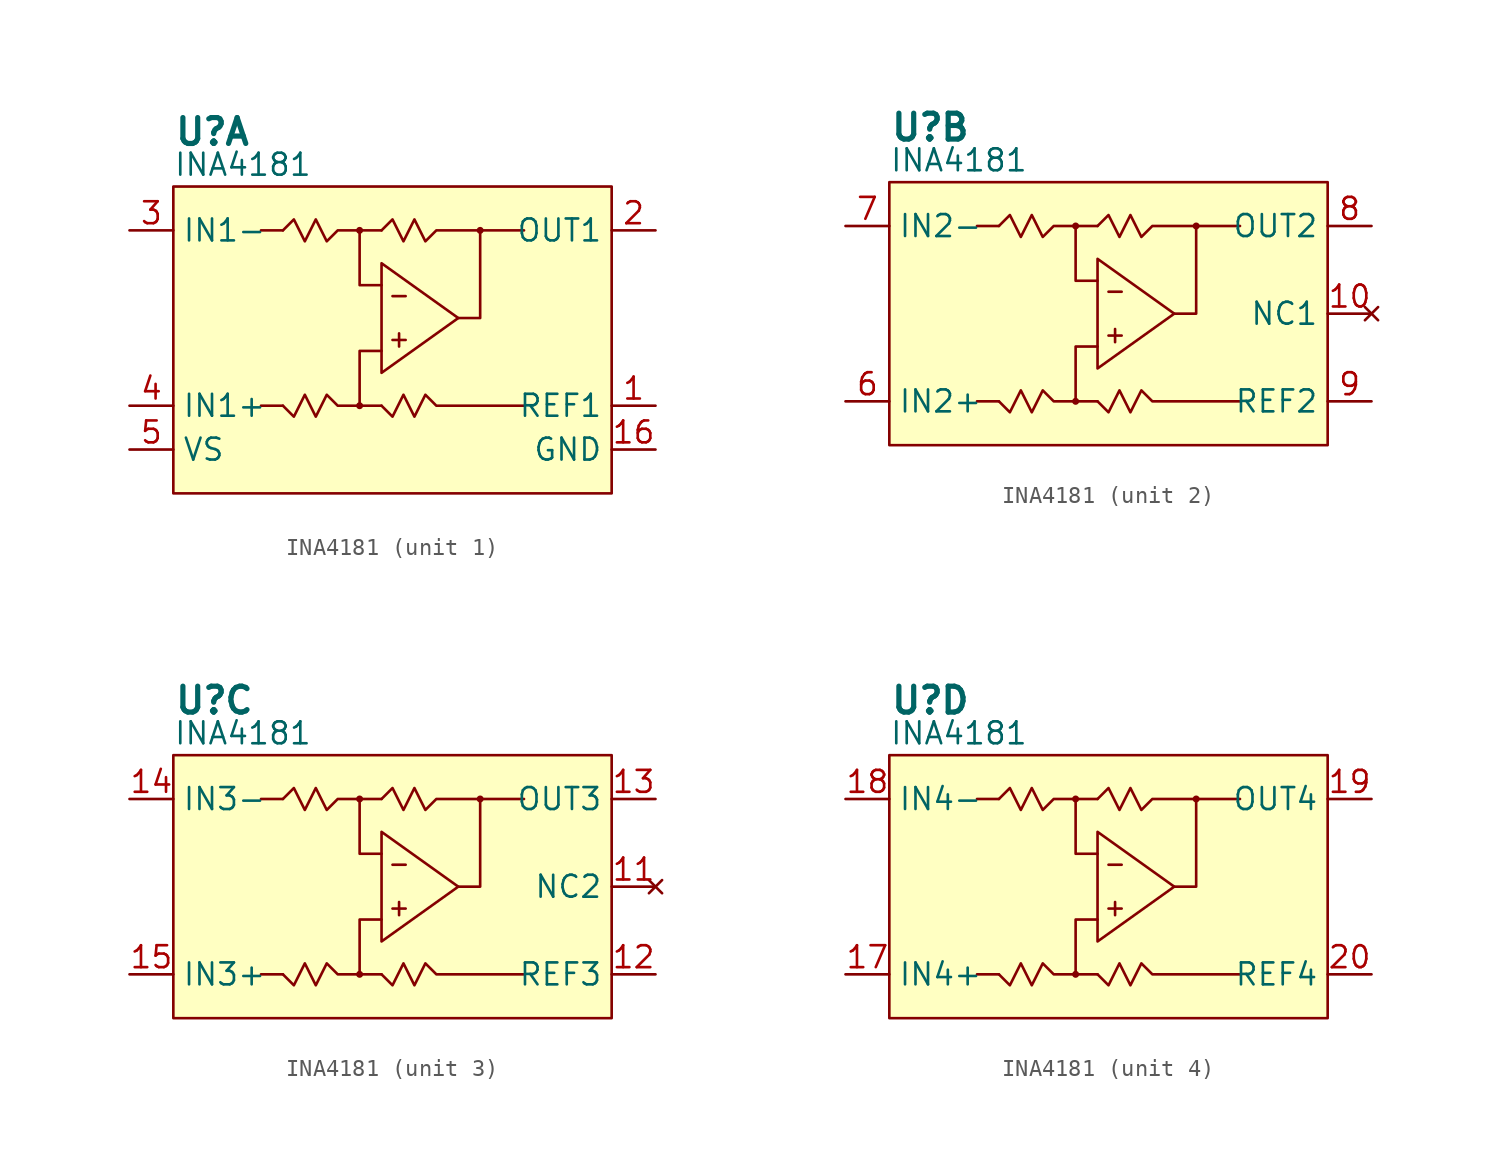
<source format=kicad_sym>
(kicad_symbol_lib
  (version 20231120)
  (generator "kicad_symbol_editor")
  (generator_version "8.0")
  (symbol "INA4181"
    (property "Reference" "U"
      (at 0 0.635 0)
      (effects (font (size 1.5 1.5) (bold yes)) (justify left)))
    (property "Value" "INA4181"
      (at 0 -1.27 0)
      (effects (font (size 1.27 1.27)) (justify left)))
    (property "ki_locked" ""
      (at 0 0 0)
      (effects (font (size 1.27 1.27))))
    (symbol "INA4181_1_1"
      (rectangle (start 0 -2.54) (end 25.4 -20.32) (stroke (width 0) (type default)) (fill (type background)))
      (polyline (pts (xy 5.08 -15.24) (xy 6.35 -15.24)) (stroke (width 0) (type default)) (fill (type none)))
      (polyline (pts (xy 5.08 -5.08) (xy 6.35 -5.08)) (stroke (width 0) (type default)) (fill (type none)))
      (polyline (pts (xy 10.795 -15.24) (xy 12.065 -15.24)) (stroke (width 0) (type default)) (fill (type none)))
      (polyline (pts (xy 10.795 -5.08) (xy 12.065 -5.08)) (stroke (width 0) (type default)) (fill (type none)))
      (polyline (pts (xy 12.7 -11.43) (xy 13.462 -11.43)) (stroke (width 0) (type default)) (fill (type none)))
      (polyline (pts (xy 12.7 -8.89) (xy 13.462 -8.89)) (stroke (width 0) (type default)) (fill (type none)))
      (polyline (pts (xy 13.081 -11.811) (xy 13.081 -11.049)) (stroke (width 0) (type default)) (fill (type none)))
      (polyline (pts (xy 10.795 -15.24) (xy 10.795 -12.065) (xy 12.065 -12.065)) (stroke (width 0) (type default)) (fill (type none)))
      (polyline (pts (xy 10.795 -5.08) (xy 10.795 -8.255) (xy 12.065 -8.255)) (stroke (width 0) (type default)) (fill (type none)))
      (polyline (pts (xy 16.51 -10.16) (xy 17.78 -10.16) (xy 17.78 -5.08)) (stroke (width 0) (type default)) (fill (type none)))
      (polyline (pts (xy 12.065 -6.985) (xy 12.065 -13.335) (xy 16.51 -10.16) (xy 12.065 -6.985)) (stroke (width 0) (type default)) (fill (type none)))
      (polyline (pts (xy 6.35 -15.24) (xy 6.985 -15.875) (xy 7.62 -14.605) (xy 8.255 -15.875) (xy 8.89 -14.605) (xy 9.525 -15.24) (xy 10.795 -15.24)) (stroke (width 0) (type default)) (fill (type none)))
      (polyline (pts (xy 6.35 -5.08) (xy 6.985 -4.445) (xy 7.62 -5.715) (xy 8.255 -4.445) (xy 8.89 -5.715) (xy 9.525 -5.08) (xy 10.795 -5.08)) (stroke (width 0) (type default)) (fill (type none)))
      (polyline (pts (xy 12.065 -15.24) (xy 12.7 -15.875) (xy 13.335 -14.605) (xy 13.97 -15.875) (xy 14.605 -14.605) (xy 15.24 -15.24) (xy 20.32 -15.24)) (stroke (width 0) (type default)) (fill (type none)))
      (polyline (pts (xy 12.065 -5.08) (xy 12.7 -4.445) (xy 13.335 -5.715) (xy 13.97 -4.445) (xy 14.605 -5.715) (xy 15.24 -5.08) (xy 20.32 -5.08)) (stroke (width 0) (type default)) (fill (type none)))
      (circle (center 10.795 -15.24) (radius 0.127) (stroke (width 0) (type default)) (fill (type outline)))
      (circle (center 10.795 -5.08) (radius 0.127) (stroke (width 0) (type default)) (fill (type outline)))
      (circle (center 17.78 -5.08) (radius 0.127) (stroke (width 0) (type default)) (fill (type outline)))
      (pin input line (at 27.94 -15.24 180) (length 2.54) (name "REF1" (effects (font (size 1.27 1.27)))) (number "1" (effects (font (size 1.27 1.27)))))
      (pin power_in line (at 27.94 -17.78 180) (length 2.54) (name "GND" (effects (font (size 1.27 1.27)))) (number "16" (effects (font (size 1.27 1.27)))))
      (pin output line (at 27.94 -5.08 180) (length 2.54) (name "OUT1" (effects (font (size 1.27 1.27)))) (number "2" (effects (font (size 1.27 1.27)))))
      (pin input line (at -2.54 -5.08 0) (length 2.54) (name "IN1-" (effects (font (size 1.27 1.27)))) (number "3" (effects (font (size 1.27 1.27)))))
      (pin input line (at -2.54 -15.24 0) (length 2.54) (name "IN1+" (effects (font (size 1.27 1.27)))) (number "4" (effects (font (size 1.27 1.27)))))
      (pin power_in line (at -2.54 -17.78 0) (length 2.54) (name "VS" (effects (font (size 1.27 1.27)))) (number "5" (effects (font (size 1.27 1.27))))))
    (symbol "INA4181_2_1"
      (rectangle (start 0 -2.54) (end 25.4 -17.78) (stroke (width 0) (type default)) (fill (type background)))
      (polyline (pts (xy 5.08 -15.24) (xy 6.35 -15.24)) (stroke (width 0) (type default)) (fill (type none)))
      (polyline (pts (xy 5.08 -5.08) (xy 6.35 -5.08)) (stroke (width 0) (type default)) (fill (type none)))
      (polyline (pts (xy 10.795 -15.24) (xy 12.065 -15.24)) (stroke (width 0) (type default)) (fill (type none)))
      (polyline (pts (xy 10.795 -5.08) (xy 12.065 -5.08)) (stroke (width 0) (type default)) (fill (type none)))
      (polyline (pts (xy 12.7 -11.43) (xy 13.462 -11.43)) (stroke (width 0) (type default)) (fill (type none)))
      (polyline (pts (xy 12.7 -8.89) (xy 13.462 -8.89)) (stroke (width 0) (type default)) (fill (type none)))
      (polyline (pts (xy 13.081 -11.811) (xy 13.081 -11.049)) (stroke (width 0) (type default)) (fill (type none)))
      (polyline (pts (xy 10.795 -15.24) (xy 10.795 -12.065) (xy 12.065 -12.065)) (stroke (width 0) (type default)) (fill (type none)))
      (polyline (pts (xy 10.795 -5.08) (xy 10.795 -8.255) (xy 12.065 -8.255)) (stroke (width 0) (type default)) (fill (type none)))
      (polyline (pts (xy 16.51 -10.16) (xy 17.78 -10.16) (xy 17.78 -5.08)) (stroke (width 0) (type default)) (fill (type none)))
      (polyline (pts (xy 12.065 -6.985) (xy 12.065 -13.335) (xy 16.51 -10.16) (xy 12.065 -6.985)) (stroke (width 0) (type default)) (fill (type none)))
      (polyline (pts (xy 6.35 -15.24) (xy 6.985 -15.875) (xy 7.62 -14.605) (xy 8.255 -15.875) (xy 8.89 -14.605) (xy 9.525 -15.24) (xy 10.795 -15.24)) (stroke (width 0) (type default)) (fill (type none)))
      (polyline (pts (xy 6.35 -5.08) (xy 6.985 -4.445) (xy 7.62 -5.715) (xy 8.255 -4.445) (xy 8.89 -5.715) (xy 9.525 -5.08) (xy 10.795 -5.08)) (stroke (width 0) (type default)) (fill (type none)))
      (polyline (pts (xy 12.065 -15.24) (xy 12.7 -15.875) (xy 13.335 -14.605) (xy 13.97 -15.875) (xy 14.605 -14.605) (xy 15.24 -15.24) (xy 20.32 -15.24)) (stroke (width 0) (type default)) (fill (type none)))
      (polyline (pts (xy 12.065 -5.08) (xy 12.7 -4.445) (xy 13.335 -5.715) (xy 13.97 -4.445) (xy 14.605 -5.715) (xy 15.24 -5.08) (xy 20.32 -5.08)) (stroke (width 0) (type default)) (fill (type none)))
      (circle (center 10.795 -15.24) (radius 0.127) (stroke (width 0) (type default)) (fill (type outline)))
      (circle (center 10.795 -5.08) (radius 0.127) (stroke (width 0) (type default)) (fill (type outline)))
      (circle (center 17.78 -5.08) (radius 0.127) (stroke (width 0) (type default)) (fill (type outline)))
      (pin no_connect line (at 27.94 -10.16 180) (length 2.54) (name "NC1" (effects (font (size 1.27 1.27)))) (number "10" (effects (font (size 1.27 1.27)))))
      (pin input line (at -2.54 -15.24 0) (length 2.54) (name "IN2+" (effects (font (size 1.27 1.27)))) (number "6" (effects (font (size 1.27 1.27)))))
      (pin input line (at -2.54 -5.08 0) (length 2.54) (name "IN2-" (effects (font (size 1.27 1.27)))) (number "7" (effects (font (size 1.27 1.27)))))
      (pin output line (at 27.94 -5.08 180) (length 2.54) (name "OUT2" (effects (font (size 1.27 1.27)))) (number "8" (effects (font (size 1.27 1.27)))))
      (pin input line (at 27.94 -15.24 180) (length 2.54) (name "REF2" (effects (font (size 1.27 1.27)))) (number "9" (effects (font (size 1.27 1.27))))))
    (symbol "INA4181_3_1"
      (rectangle (start 0 -2.54) (end 25.4 -17.78) (stroke (width 0) (type default)) (fill (type background)))
      (polyline (pts (xy 5.08 -15.24) (xy 6.35 -15.24)) (stroke (width 0) (type default)) (fill (type none)))
      (polyline (pts (xy 5.08 -5.08) (xy 6.35 -5.08)) (stroke (width 0) (type default)) (fill (type none)))
      (polyline (pts (xy 10.795 -15.24) (xy 12.065 -15.24)) (stroke (width 0) (type default)) (fill (type none)))
      (polyline (pts (xy 10.795 -5.08) (xy 12.065 -5.08)) (stroke (width 0) (type default)) (fill (type none)))
      (polyline (pts (xy 12.7 -11.43) (xy 13.462 -11.43)) (stroke (width 0) (type default)) (fill (type none)))
      (polyline (pts (xy 12.7 -8.89) (xy 13.462 -8.89)) (stroke (width 0) (type default)) (fill (type none)))
      (polyline (pts (xy 13.081 -11.811) (xy 13.081 -11.049)) (stroke (width 0) (type default)) (fill (type none)))
      (polyline (pts (xy 10.795 -15.24) (xy 10.795 -12.065) (xy 12.065 -12.065)) (stroke (width 0) (type default)) (fill (type none)))
      (polyline (pts (xy 10.795 -5.08) (xy 10.795 -8.255) (xy 12.065 -8.255)) (stroke (width 0) (type default)) (fill (type none)))
      (polyline (pts (xy 16.51 -10.16) (xy 17.78 -10.16) (xy 17.78 -5.08)) (stroke (width 0) (type default)) (fill (type none)))
      (polyline (pts (xy 12.065 -6.985) (xy 12.065 -13.335) (xy 16.51 -10.16) (xy 12.065 -6.985)) (stroke (width 0) (type default)) (fill (type none)))
      (polyline (pts (xy 6.35 -15.24) (xy 6.985 -15.875) (xy 7.62 -14.605) (xy 8.255 -15.875) (xy 8.89 -14.605) (xy 9.525 -15.24) (xy 10.795 -15.24)) (stroke (width 0) (type default)) (fill (type none)))
      (polyline (pts (xy 6.35 -5.08) (xy 6.985 -4.445) (xy 7.62 -5.715) (xy 8.255 -4.445) (xy 8.89 -5.715) (xy 9.525 -5.08) (xy 10.795 -5.08)) (stroke (width 0) (type default)) (fill (type none)))
      (polyline (pts (xy 12.065 -15.24) (xy 12.7 -15.875) (xy 13.335 -14.605) (xy 13.97 -15.875) (xy 14.605 -14.605) (xy 15.24 -15.24) (xy 20.32 -15.24)) (stroke (width 0) (type default)) (fill (type none)))
      (polyline (pts (xy 12.065 -5.08) (xy 12.7 -4.445) (xy 13.335 -5.715) (xy 13.97 -4.445) (xy 14.605 -5.715) (xy 15.24 -5.08) (xy 20.32 -5.08)) (stroke (width 0) (type default)) (fill (type none)))
      (circle (center 10.795 -15.24) (radius 0.127) (stroke (width 0) (type default)) (fill (type outline)))
      (circle (center 10.795 -5.08) (radius 0.127) (stroke (width 0) (type default)) (fill (type outline)))
      (circle (center 17.78 -5.08) (radius 0.127) (stroke (width 0) (type default)) (fill (type outline)))
      (pin no_connect line (at 27.94 -10.16 180) (length 2.54) (name "NC2" (effects (font (size 1.27 1.27)))) (number "11" (effects (font (size 1.27 1.27)))))
      (pin input line (at 27.94 -15.24 180) (length 2.54) (name "REF3" (effects (font (size 1.27 1.27)))) (number "12" (effects (font (size 1.27 1.27)))))
      (pin output line (at 27.94 -5.08 180) (length 2.54) (name "OUT3" (effects (font (size 1.27 1.27)))) (number "13" (effects (font (size 1.27 1.27)))))
      (pin input line (at -2.54 -5.08 0) (length 2.54) (name "IN3-" (effects (font (size 1.27 1.27)))) (number "14" (effects (font (size 1.27 1.27)))))
      (pin input line (at -2.54 -15.24 0) (length 2.54) (name "IN3+" (effects (font (size 1.27 1.27)))) (number "15" (effects (font (size 1.27 1.27))))))
    (symbol "INA4181_4_1"
      (rectangle (start 0 -2.54) (end 25.4 -17.78) (stroke (width 0) (type default)) (fill (type background)))
      (polyline (pts (xy 5.08 -15.24) (xy 6.35 -15.24)) (stroke (width 0) (type default)) (fill (type none)))
      (polyline (pts (xy 5.08 -5.08) (xy 6.35 -5.08)) (stroke (width 0) (type default)) (fill (type none)))
      (polyline (pts (xy 10.795 -15.24) (xy 12.065 -15.24)) (stroke (width 0) (type default)) (fill (type none)))
      (polyline (pts (xy 10.795 -5.08) (xy 12.065 -5.08)) (stroke (width 0) (type default)) (fill (type none)))
      (polyline (pts (xy 12.7 -11.43) (xy 13.462 -11.43)) (stroke (width 0) (type default)) (fill (type none)))
      (polyline (pts (xy 12.7 -8.89) (xy 13.462 -8.89)) (stroke (width 0) (type default)) (fill (type none)))
      (polyline (pts (xy 13.081 -11.811) (xy 13.081 -11.049)) (stroke (width 0) (type default)) (fill (type none)))
      (polyline (pts (xy 10.795 -15.24) (xy 10.795 -12.065) (xy 12.065 -12.065)) (stroke (width 0) (type default)) (fill (type none)))
      (polyline (pts (xy 10.795 -5.08) (xy 10.795 -8.255) (xy 12.065 -8.255)) (stroke (width 0) (type default)) (fill (type none)))
      (polyline (pts (xy 16.51 -10.16) (xy 17.78 -10.16) (xy 17.78 -5.08)) (stroke (width 0) (type default)) (fill (type none)))
      (polyline (pts (xy 12.065 -6.985) (xy 12.065 -13.335) (xy 16.51 -10.16) (xy 12.065 -6.985)) (stroke (width 0) (type default)) (fill (type none)))
      (polyline (pts (xy 6.35 -15.24) (xy 6.985 -15.875) (xy 7.62 -14.605) (xy 8.255 -15.875) (xy 8.89 -14.605) (xy 9.525 -15.24) (xy 10.795 -15.24)) (stroke (width 0) (type default)) (fill (type none)))
      (polyline (pts (xy 6.35 -5.08) (xy 6.985 -4.445) (xy 7.62 -5.715) (xy 8.255 -4.445) (xy 8.89 -5.715) (xy 9.525 -5.08) (xy 10.795 -5.08)) (stroke (width 0) (type default)) (fill (type none)))
      (polyline (pts (xy 12.065 -15.24) (xy 12.7 -15.875) (xy 13.335 -14.605) (xy 13.97 -15.875) (xy 14.605 -14.605) (xy 15.24 -15.24) (xy 20.32 -15.24)) (stroke (width 0) (type default)) (fill (type none)))
      (polyline (pts (xy 12.065 -5.08) (xy 12.7 -4.445) (xy 13.335 -5.715) (xy 13.97 -4.445) (xy 14.605 -5.715) (xy 15.24 -5.08) (xy 20.32 -5.08)) (stroke (width 0) (type default)) (fill (type none)))
      (circle (center 10.795 -15.24) (radius 0.127) (stroke (width 0) (type default)) (fill (type outline)))
      (circle (center 10.795 -5.08) (radius 0.127) (stroke (width 0) (type default)) (fill (type outline)))
      (circle (center 17.78 -5.08) (radius 0.127) (stroke (width 0) (type default)) (fill (type outline)))
      (pin input line (at -2.54 -15.24 0) (length 2.54) (name "IN4+" (effects (font (size 1.27 1.27)))) (number "17" (effects (font (size 1.27 1.27)))))
      (pin input line (at -2.54 -5.08 0) (length 2.54) (name "IN4-" (effects (font (size 1.27 1.27)))) (number "18" (effects (font (size 1.27 1.27)))))
      (pin output line (at 27.94 -5.08 180) (length 2.54) (name "OUT4" (effects (font (size 1.27 1.27)))) (number "19" (effects (font (size 1.27 1.27)))))
      (pin input line (at 27.94 -15.24 180) (length 2.54) (name "REF4" (effects (font (size 1.27 1.27)))) (number "20" (effects (font (size 1.27 1.27))))))))
</source>
